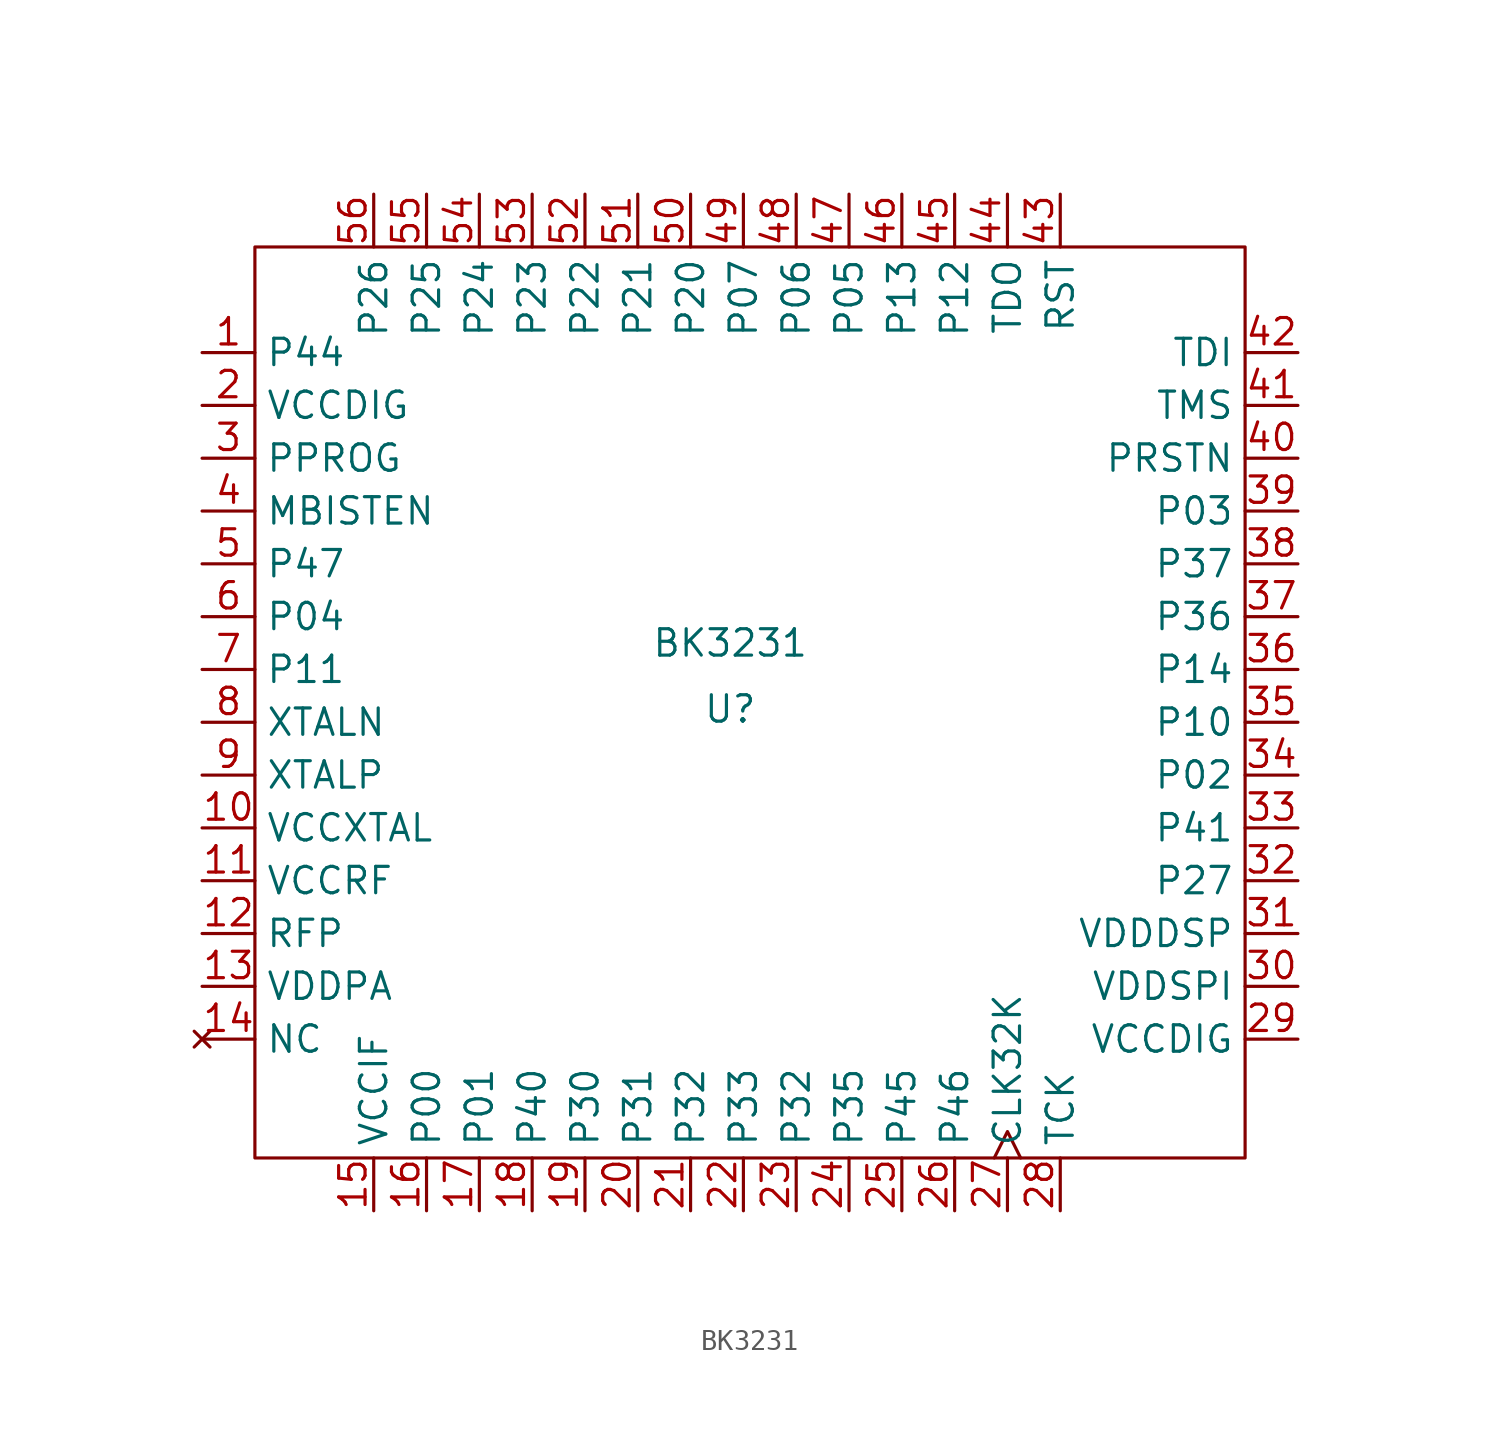
<source format=kicad_sym>
(kicad_symbol_lib
  (version 20211014)
  (generator kicad_symbol_editor)
  (symbol "BK3231"
    (property "Reference" "U"
      (at 20.32 -17.145 0)
      (effects (font (size 1.27 1.27))))
    (property "Value" "BK3231"
      (at 20.32 -13.97 0)
      (effects (font (size 1.27 1.27))))
    (symbol "BK3231_0_1"
      (rectangle (start -2.54 5.08) (end 45.085 -38.735) (stroke (width 0) (type default) (color 0 0 0 0)) (fill (type none))))
    (symbol "BK3231_1_1"
      (pin input line (at -5.08 0 0) (length 2.54) (name "P44" (effects (font (size 1.27 1.27)))) (number "1" (effects (font (size 1.27 1.27)))))
      (pin input line (at -5.08 -22.86 0) (length 2.54) (name "VCCXTAL" (effects (font (size 1.27 1.27)))) (number "10" (effects (font (size 1.27 1.27)))))
      (pin input line (at -5.08 -25.4 0) (length 2.54) (name "VCCRF" (effects (font (size 1.27 1.27)))) (number "11" (effects (font (size 1.27 1.27)))))
      (pin input line (at -5.08 -27.94 0) (length 2.54) (name "RFP" (effects (font (size 1.27 1.27)))) (number "12" (effects (font (size 1.27 1.27)))))
      (pin input line (at -5.08 -30.48 0) (length 2.54) (name "VDDPA" (effects (font (size 1.27 1.27)))) (number "13" (effects (font (size 1.27 1.27)))))
      (pin no_connect line (at -5.08 -33.02 0) (length 2.54) (name "NC" (effects (font (size 1.27 1.27)))) (number "14" (effects (font (size 1.27 1.27)))))
      (pin power_in line (at 3.175 -41.275 90) (length 2.54) (name "VCCIF" (effects (font (size 1.27 1.27)))) (number "15" (effects (font (size 1.27 1.27)))))
      (pin bidirectional line (at 5.715 -41.275 90) (length 2.54) (name "P00" (effects (font (size 1.27 1.27)))) (number "16" (effects (font (size 1.27 1.27)))))
      (pin bidirectional line (at 8.255 -41.275 90) (length 2.54) (name "P01" (effects (font (size 1.27 1.27)))) (number "17" (effects (font (size 1.27 1.27)))))
      (pin bidirectional line (at 10.795 -41.275 90) (length 2.54) (name "P40" (effects (font (size 1.27 1.27)))) (number "18" (effects (font (size 1.27 1.27)))))
      (pin bidirectional line (at 13.335 -41.275 90) (length 2.54) (name "P30" (effects (font (size 1.27 1.27)))) (number "19" (effects (font (size 1.27 1.27)))))
      (pin power_in line (at -5.08 -2.54 0) (length 2.54) (name "VCCDIG" (effects (font (size 1.27 1.27)))) (number "2" (effects (font (size 1.27 1.27)))))
      (pin bidirectional line (at 15.875 -41.275 90) (length 2.54) (name "P31" (effects (font (size 1.27 1.27)))) (number "20" (effects (font (size 1.27 1.27)))))
      (pin bidirectional line (at 18.415 -41.275 90) (length 2.54) (name "P32" (effects (font (size 1.27 1.27)))) (number "21" (effects (font (size 1.27 1.27)))))
      (pin bidirectional line (at 20.955 -41.275 90) (length 2.54) (name "P33" (effects (font (size 1.27 1.27)))) (number "22" (effects (font (size 1.27 1.27)))))
      (pin bidirectional line (at 23.495 -41.275 90) (length 2.54) (name "P32" (effects (font (size 1.27 1.27)))) (number "23" (effects (font (size 1.27 1.27)))))
      (pin bidirectional line (at 26.035 -41.275 90) (length 2.54) (name "P35" (effects (font (size 1.27 1.27)))) (number "24" (effects (font (size 1.27 1.27)))))
      (pin bidirectional line (at 28.575 -41.275 90) (length 2.54) (name "P45" (effects (font (size 1.27 1.27)))) (number "25" (effects (font (size 1.27 1.27)))))
      (pin bidirectional line (at 31.115 -41.275 90) (length 2.54) (name "P46" (effects (font (size 1.27 1.27)))) (number "26" (effects (font (size 1.27 1.27)))))
      (pin input clock (at 33.655 -41.275 90) (length 2.54) (name "CLK32K" (effects (font (size 1.27 1.27)))) (number "27" (effects (font (size 1.27 1.27)))))
      (pin input line (at 36.195 -41.275 90) (length 2.54) (name "TCK" (effects (font (size 1.27 1.27)))) (number "28" (effects (font (size 1.27 1.27)))))
      (pin power_in line (at 47.625 -33.02 180) (length 2.54) (name "VCCDIG" (effects (font (size 1.27 1.27)))) (number "29" (effects (font (size 1.27 1.27)))))
      (pin input line (at -5.08 -5.08 0) (length 2.54) (name "PPROG" (effects (font (size 1.27 1.27)))) (number "3" (effects (font (size 1.27 1.27)))))
      (pin power_out line (at 47.625 -30.48 180) (length 2.54) (name "VDDSPI" (effects (font (size 1.27 1.27)))) (number "30" (effects (font (size 1.27 1.27)))))
      (pin power_in line (at 47.625 -27.94 180) (length 2.54) (name "VDDDSP" (effects (font (size 1.27 1.27)))) (number "31" (effects (font (size 1.27 1.27)))))
      (pin bidirectional line (at 47.625 -25.4 180) (length 2.54) (name "P27" (effects (font (size 1.27 1.27)))) (number "32" (effects (font (size 1.27 1.27)))))
      (pin bidirectional line (at 47.625 -22.86 180) (length 2.54) (name "P41" (effects (font (size 1.27 1.27)))) (number "33" (effects (font (size 1.27 1.27)))))
      (pin bidirectional line (at 47.625 -20.32 180) (length 2.54) (name "P02" (effects (font (size 1.27 1.27)))) (number "34" (effects (font (size 1.27 1.27)))))
      (pin bidirectional line (at 47.625 -17.78 180) (length 2.54) (name "P10" (effects (font (size 1.27 1.27)))) (number "35" (effects (font (size 1.27 1.27)))))
      (pin bidirectional line (at 47.625 -15.24 180) (length 2.54) (name "P14" (effects (font (size 1.27 1.27)))) (number "36" (effects (font (size 1.27 1.27)))))
      (pin bidirectional line (at 47.625 -12.7 180) (length 2.54) (name "P36" (effects (font (size 1.27 1.27)))) (number "37" (effects (font (size 1.27 1.27)))))
      (pin bidirectional line (at 47.625 -10.16 180) (length 2.54) (name "P37" (effects (font (size 1.27 1.27)))) (number "38" (effects (font (size 1.27 1.27)))))
      (pin bidirectional line (at 47.625 -7.62 180) (length 2.54) (name "P03" (effects (font (size 1.27 1.27)))) (number "39" (effects (font (size 1.27 1.27)))))
      (pin input line (at -5.08 -7.62 0) (length 2.54) (name "MBISTEN" (effects (font (size 1.27 1.27)))) (number "4" (effects (font (size 1.27 1.27)))))
      (pin input line (at 47.625 -5.08 180) (length 2.54) (name "PRSTN" (effects (font (size 1.27 1.27)))) (number "40" (effects (font (size 1.27 1.27)))))
      (pin unspecified line (at 47.625 -2.54 180) (length 2.54) (name "TMS" (effects (font (size 1.27 1.27)))) (number "41" (effects (font (size 1.27 1.27)))))
      (pin unspecified line (at 47.625 0 180) (length 2.54) (name "TDI" (effects (font (size 1.27 1.27)))) (number "42" (effects (font (size 1.27 1.27)))))
      (pin input line (at 36.195 7.62 270) (length 2.54) (name "RST" (effects (font (size 1.27 1.27)))) (number "43" (effects (font (size 1.27 1.27)))))
      (pin unspecified line (at 33.655 7.62 270) (length 2.54) (name "TDO" (effects (font (size 1.27 1.27)))) (number "44" (effects (font (size 1.27 1.27)))))
      (pin bidirectional line (at 31.115 7.62 270) (length 2.54) (name "P12" (effects (font (size 1.27 1.27)))) (number "45" (effects (font (size 1.27 1.27)))))
      (pin bidirectional line (at 28.575 7.62 270) (length 2.54) (name "P13" (effects (font (size 1.27 1.27)))) (number "46" (effects (font (size 1.27 1.27)))))
      (pin bidirectional line (at 26.035 7.62 270) (length 2.54) (name "P05" (effects (font (size 1.27 1.27)))) (number "47" (effects (font (size 1.27 1.27)))))
      (pin bidirectional line (at 23.495 7.62 270) (length 2.54) (name "P06" (effects (font (size 1.27 1.27)))) (number "48" (effects (font (size 1.27 1.27)))))
      (pin bidirectional line (at 20.955 7.62 270) (length 2.54) (name "P07" (effects (font (size 1.27 1.27)))) (number "49" (effects (font (size 1.27 1.27)))))
      (pin input line (at -5.08 -10.16 0) (length 2.54) (name "P47" (effects (font (size 1.27 1.27)))) (number "5" (effects (font (size 1.27 1.27)))))
      (pin bidirectional line (at 18.415 7.62 270) (length 2.54) (name "P20" (effects (font (size 1.27 1.27)))) (number "50" (effects (font (size 1.27 1.27)))))
      (pin bidirectional line (at 15.875 7.62 270) (length 2.54) (name "P21" (effects (font (size 1.27 1.27)))) (number "51" (effects (font (size 1.27 1.27)))))
      (pin bidirectional line (at 13.335 7.62 270) (length 2.54) (name "P22" (effects (font (size 1.27 1.27)))) (number "52" (effects (font (size 1.27 1.27)))))
      (pin bidirectional line (at 10.795 7.62 270) (length 2.54) (name "P23" (effects (font (size 1.27 1.27)))) (number "53" (effects (font (size 1.27 1.27)))))
      (pin bidirectional line (at 8.255 7.62 270) (length 2.54) (name "P24" (effects (font (size 1.27 1.27)))) (number "54" (effects (font (size 1.27 1.27)))))
      (pin bidirectional line (at 5.715 7.62 270) (length 2.54) (name "P25" (effects (font (size 1.27 1.27)))) (number "55" (effects (font (size 1.27 1.27)))))
      (pin bidirectional line (at 3.175 7.62 270) (length 2.54) (name "P26" (effects (font (size 1.27 1.27)))) (number "56" (effects (font (size 1.27 1.27)))))
      (pin input line (at -5.08 -12.7 0) (length 2.54) (name "P04" (effects (font (size 1.27 1.27)))) (number "6" (effects (font (size 1.27 1.27)))))
      (pin input line (at -5.08 -15.24 0) (length 2.54) (name "P11" (effects (font (size 1.27 1.27)))) (number "7" (effects (font (size 1.27 1.27)))))
      (pin input line (at -5.08 -17.78 0) (length 2.54) (name "XTALN" (effects (font (size 1.27 1.27)))) (number "8" (effects (font (size 1.27 1.27)))))
      (pin input line (at -5.08 -20.32 0) (length 2.54) (name "XTALP" (effects (font (size 1.27 1.27)))) (number "9" (effects (font (size 1.27 1.27))))))))
</source>
